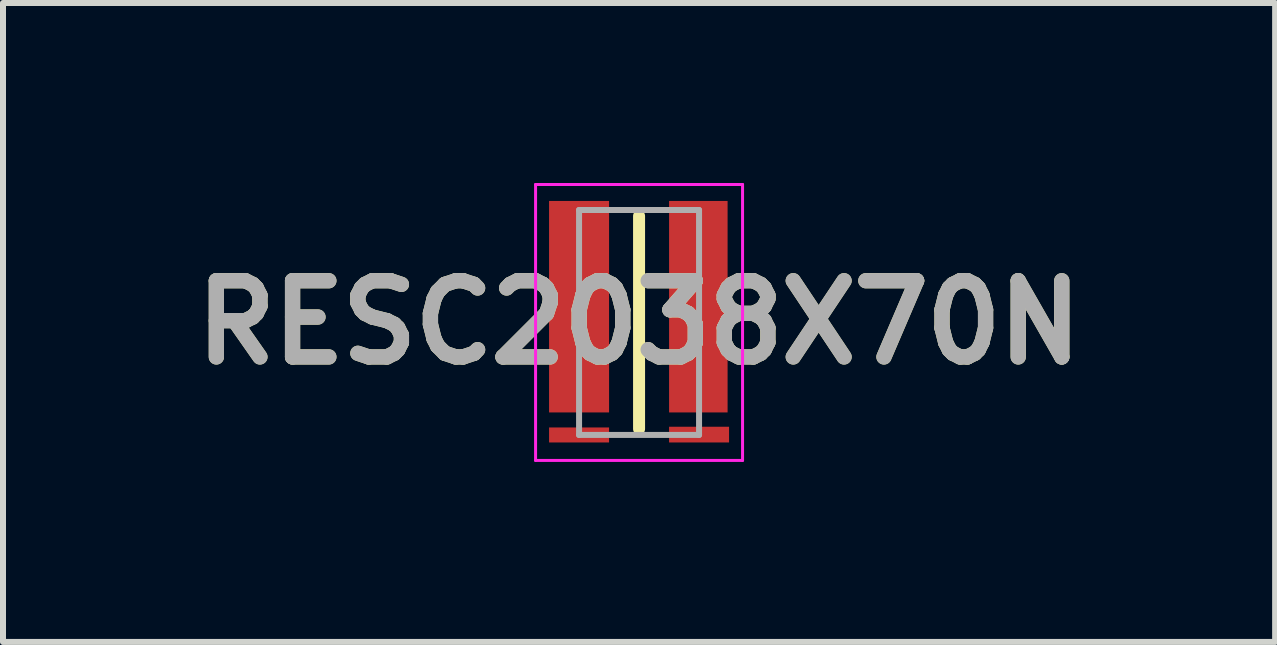
<source format=kicad_pcb>
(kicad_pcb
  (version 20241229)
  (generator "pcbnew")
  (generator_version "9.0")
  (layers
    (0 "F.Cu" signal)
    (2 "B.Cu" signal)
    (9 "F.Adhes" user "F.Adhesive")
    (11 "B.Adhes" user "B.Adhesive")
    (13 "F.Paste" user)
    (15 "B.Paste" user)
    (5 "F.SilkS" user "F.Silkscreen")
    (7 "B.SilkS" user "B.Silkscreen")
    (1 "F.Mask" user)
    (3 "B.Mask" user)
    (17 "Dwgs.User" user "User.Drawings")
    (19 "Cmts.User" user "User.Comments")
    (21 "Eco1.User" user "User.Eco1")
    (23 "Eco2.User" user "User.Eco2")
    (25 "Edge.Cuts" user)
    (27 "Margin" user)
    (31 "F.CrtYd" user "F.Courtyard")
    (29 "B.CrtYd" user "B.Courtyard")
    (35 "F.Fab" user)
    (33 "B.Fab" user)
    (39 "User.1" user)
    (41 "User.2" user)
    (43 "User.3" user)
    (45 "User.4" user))
  (footprint "RESC2038X70N"
    (layer "F.Cu")
    (at 7.602 2.325)
    (property "Reference" "RESC2038X70N" (at 0 0 0) (layer "F.SilkS") (effects (font (size 1.27 1.27) (thickness 0.254))))
    (attr smd)
    (fp_line (start 0 -1.775) (end 0 1.775) (stroke (width 0.2) (type solid)) (layer "F.SilkS"))
    (fp_line (start -1.725 -2.3) (end 1.725 -2.3) (stroke (width 0.05) (type solid)) (layer "F.CrtYd"))
    (fp_line (start -1.725 2.3) (end -1.725 -2.3) (stroke (width 0.05) (type solid)) (layer "F.CrtYd"))
    (fp_line (start 1.725 -2.3) (end 1.725 2.3) (stroke (width 0.05) (type solid)) (layer "F.CrtYd"))
    (fp_line (start 1.725 2.3) (end -1.725 2.3) (stroke (width 0.05) (type solid)) (layer "F.CrtYd"))
    (fp_line (start -1 -1.875) (end 1 -1.875) (stroke (width 0.1) (type solid)) (layer "F.Fab"))
    (fp_line (start -1 1.875) (end -1 -1.875) (stroke (width 0.1) (type solid)) (layer "F.Fab"))
    (fp_line (start 1 -1.875) (end 1 1.875) (stroke (width 0.1) (type solid)) (layer "F.Fab"))
    (fp_line (start 1 1.875) (end -1 1.875) (stroke (width 0.1) (type solid)) (layer "F.Fab"))
    (fp_text user "${REFERENCE}" (at 0 0 0) (layer "F.Fab") (effects (font (size 1.27 1.27) (thickness 0.254))))
    (pad "1" smd rect (at -1 -0.263) (size 1 3.525) (layers "F.Cu" "F.Mask" "F.Paste"))
    (pad "2" smd rect (at -1 1.875) (size 1 0.25) (layers "F.Cu" "F.Mask" "F.Paste"))
    (pad "3" smd rect (at 1 1.869) (size 1 0.262) (layers "F.Cu" "F.Mask" "F.Paste"))
    (pad "4" smd rect (at 0.988 -0.263) (size 0.975 3.525) (layers "F.Cu" "F.Mask" "F.Paste")))
  (gr_rect
    (start -3 -3)
    (end 18.204 7.65)
    (stroke (width 0.1) (type default))
    (fill no)
    (layer "Edge.Cuts")))
</source>
